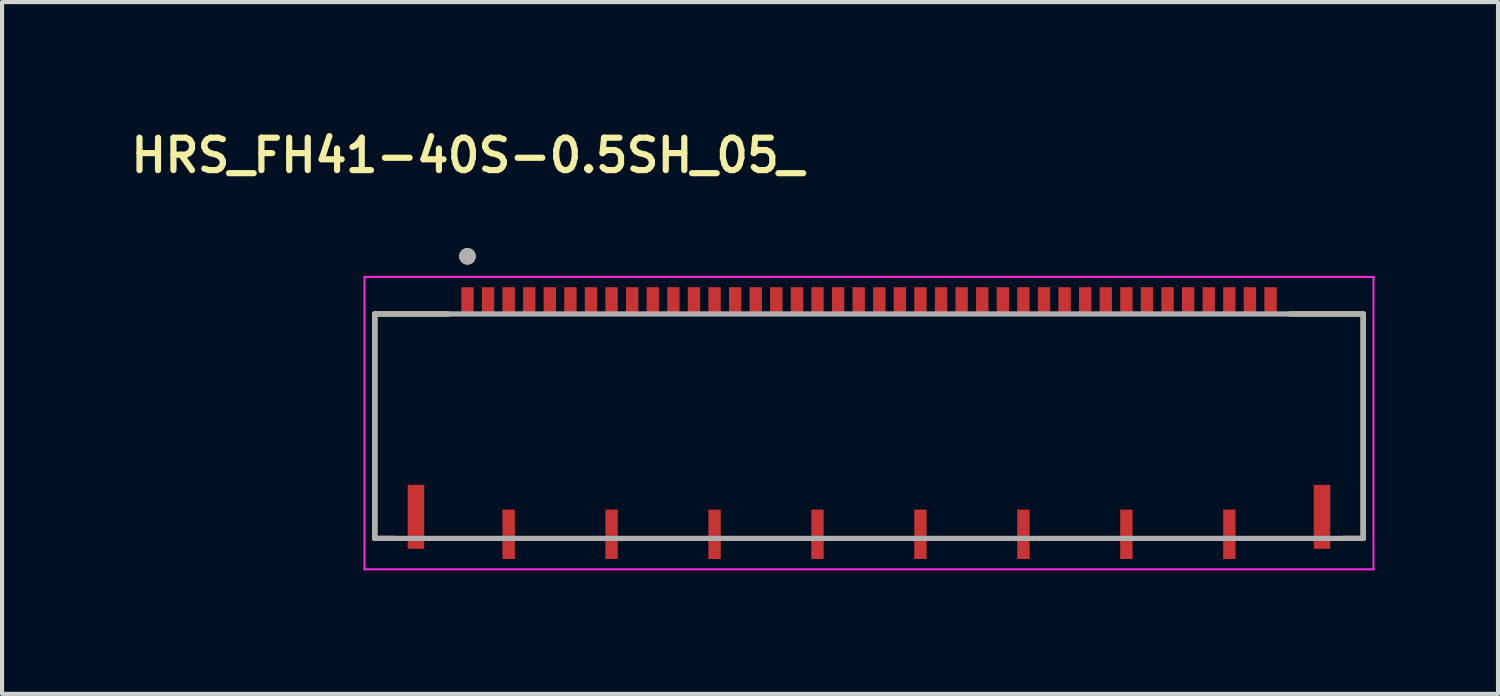
<source format=kicad_pcb>
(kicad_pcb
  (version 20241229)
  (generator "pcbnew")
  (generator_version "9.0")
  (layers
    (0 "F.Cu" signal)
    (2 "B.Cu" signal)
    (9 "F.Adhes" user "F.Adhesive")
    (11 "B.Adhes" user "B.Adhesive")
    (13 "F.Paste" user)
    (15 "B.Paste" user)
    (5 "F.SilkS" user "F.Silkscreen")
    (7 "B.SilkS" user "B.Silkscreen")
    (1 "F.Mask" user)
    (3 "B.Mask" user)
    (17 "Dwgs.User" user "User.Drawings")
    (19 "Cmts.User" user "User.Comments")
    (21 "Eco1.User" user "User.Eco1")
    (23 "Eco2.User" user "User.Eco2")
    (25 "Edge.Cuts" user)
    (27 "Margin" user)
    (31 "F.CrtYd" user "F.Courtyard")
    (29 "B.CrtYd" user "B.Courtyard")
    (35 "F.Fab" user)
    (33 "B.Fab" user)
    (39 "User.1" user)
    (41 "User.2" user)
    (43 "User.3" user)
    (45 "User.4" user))
  (footprint "HRS_FH41-40S-0.5SH_05_"
    (layer "F.Cu")
    (at 18.051 7.224)
    (property "Reference" "HRS_FH41-40S-0.5SH_05_" (at -9.75 -6.5 0) (layer "F.SilkS") (effects (font (size 0.787 0.787) (thickness 0.15))))
    (attr smd)
    (fp_poly (pts (xy -9.95 -3.35) (xy -9.55 -3.35) (xy -9.55 -2.6) (xy -9.95 -2.6)) (stroke (width 0.01) (type solid)) (fill yes) (layer "F.Mask"))
    (fp_poly (pts (xy -9.45 -3.35) (xy -9.05 -3.35) (xy -9.05 -2.6) (xy -9.45 -2.6)) (stroke (width 0.01) (type solid)) (fill yes) (layer "F.Mask"))
    (fp_poly (pts (xy -8.95 -3.35) (xy -8.55 -3.35) (xy -8.55 -2.6) (xy -8.95 -2.6)) (stroke (width 0.01) (type solid)) (fill yes) (layer "F.Mask"))
    (fp_poly (pts (xy -8.45 -3.35) (xy -8.05 -3.35) (xy -8.05 -2.6) (xy -8.45 -2.6)) (stroke (width 0.01) (type solid)) (fill yes) (layer "F.Mask"))
    (fp_poly (pts (xy -7.95 -3.35) (xy -7.55 -3.35) (xy -7.55 -2.6) (xy -7.95 -2.6)) (stroke (width 0.01) (type solid)) (fill yes) (layer "F.Mask"))
    (fp_poly (pts (xy -7.45 -3.35) (xy -7.05 -3.35) (xy -7.05 -2.6) (xy -7.45 -2.6)) (stroke (width 0.01) (type solid)) (fill yes) (layer "F.Mask"))
    (fp_poly (pts (xy -6.95 -3.35) (xy -6.55 -3.35) (xy -6.55 -2.6) (xy -6.95 -2.6)) (stroke (width 0.01) (type solid)) (fill yes) (layer "F.Mask"))
    (fp_poly (pts (xy -6.45 -3.35) (xy -6.05 -3.35) (xy -6.05 -2.6) (xy -6.45 -2.6)) (stroke (width 0.01) (type solid)) (fill yes) (layer "F.Mask"))
    (fp_poly (pts (xy -5.95 -3.35) (xy -5.55 -3.35) (xy -5.55 -2.6) (xy -5.95 -2.6)) (stroke (width 0.01) (type solid)) (fill yes) (layer "F.Mask"))
    (fp_poly (pts (xy -5.45 -3.35) (xy -5.05 -3.35) (xy -5.05 -2.6) (xy -5.45 -2.6)) (stroke (width 0.01) (type solid)) (fill yes) (layer "F.Mask"))
    (fp_poly (pts (xy -4.95 -3.35) (xy -4.55 -3.35) (xy -4.55 -2.6) (xy -4.95 -2.6)) (stroke (width 0.01) (type solid)) (fill yes) (layer "F.Mask"))
    (fp_poly (pts (xy -4.45 -3.35) (xy -4.05 -3.35) (xy -4.05 -2.6) (xy -4.45 -2.6)) (stroke (width 0.01) (type solid)) (fill yes) (layer "F.Mask"))
    (fp_poly (pts (xy -3.95 -3.35) (xy -3.55 -3.35) (xy -3.55 -2.6) (xy -3.95 -2.6)) (stroke (width 0.01) (type solid)) (fill yes) (layer "F.Mask"))
    (fp_poly (pts (xy -3.45 -3.35) (xy -3.05 -3.35) (xy -3.05 -2.6) (xy -3.45 -2.6)) (stroke (width 0.01) (type solid)) (fill yes) (layer "F.Mask"))
    (fp_poly (pts (xy -2.95 -3.35) (xy -2.55 -3.35) (xy -2.55 -2.6) (xy -2.95 -2.6)) (stroke (width 0.01) (type solid)) (fill yes) (layer "F.Mask"))
    (fp_poly (pts (xy -2.45 -3.35) (xy -2.05 -3.35) (xy -2.05 -2.6) (xy -2.45 -2.6)) (stroke (width 0.01) (type solid)) (fill yes) (layer "F.Mask"))
    (fp_poly (pts (xy -1.95 -3.35) (xy -1.55 -3.35) (xy -1.55 -2.6) (xy -1.95 -2.6)) (stroke (width 0.01) (type solid)) (fill yes) (layer "F.Mask"))
    (fp_poly (pts (xy -1.45 -3.35) (xy -1.05 -3.35) (xy -1.05 -2.6) (xy -1.45 -2.6)) (stroke (width 0.01) (type solid)) (fill yes) (layer "F.Mask"))
    (fp_poly (pts (xy -0.95 -3.35) (xy -0.55 -3.35) (xy -0.55 -2.6) (xy -0.95 -2.6)) (stroke (width 0.01) (type solid)) (fill yes) (layer "F.Mask"))
    (fp_poly (pts (xy -0.45 -3.35) (xy -0.05 -3.35) (xy -0.05 -2.6) (xy -0.45 -2.6)) (stroke (width 0.01) (type solid)) (fill yes) (layer "F.Mask"))
    (fp_poly (pts (xy 0.05 -3.35) (xy 0.45 -3.35) (xy 0.45 -2.6) (xy 0.05 -2.6)) (stroke (width 0.01) (type solid)) (fill yes) (layer "F.Mask"))
    (fp_poly (pts (xy 0.55 -3.35) (xy 0.95 -3.35) (xy 0.95 -2.6) (xy 0.55 -2.6)) (stroke (width 0.01) (type solid)) (fill yes) (layer "F.Mask"))
    (fp_poly (pts (xy 1.05 -3.35) (xy 1.45 -3.35) (xy 1.45 -2.6) (xy 1.05 -2.6)) (stroke (width 0.01) (type solid)) (fill yes) (layer "F.Mask"))
    (fp_poly (pts (xy 1.55 -3.35) (xy 1.95 -3.35) (xy 1.95 -2.6) (xy 1.55 -2.6)) (stroke (width 0.01) (type solid)) (fill yes) (layer "F.Mask"))
    (fp_poly (pts (xy 2.05 -3.35) (xy 2.45 -3.35) (xy 2.45 -2.6) (xy 2.05 -2.6)) (stroke (width 0.01) (type solid)) (fill yes) (layer "F.Mask"))
    (fp_poly (pts (xy 2.55 -3.35) (xy 2.95 -3.35) (xy 2.95 -2.6) (xy 2.55 -2.6)) (stroke (width 0.01) (type solid)) (fill yes) (layer "F.Mask"))
    (fp_poly (pts (xy 3.05 -3.35) (xy 3.45 -3.35) (xy 3.45 -2.6) (xy 3.05 -2.6)) (stroke (width 0.01) (type solid)) (fill yes) (layer "F.Mask"))
    (fp_poly (pts (xy 3.55 -3.35) (xy 3.95 -3.35) (xy 3.95 -2.6) (xy 3.55 -2.6)) (stroke (width 0.01) (type solid)) (fill yes) (layer "F.Mask"))
    (fp_poly (pts (xy 4.05 -3.35) (xy 4.45 -3.35) (xy 4.45 -2.6) (xy 4.05 -2.6)) (stroke (width 0.01) (type solid)) (fill yes) (layer "F.Mask"))
    (fp_poly (pts (xy 4.55 -3.35) (xy 4.95 -3.35) (xy 4.95 -2.6) (xy 4.55 -2.6)) (stroke (width 0.01) (type solid)) (fill yes) (layer "F.Mask"))
    (fp_poly (pts (xy 5.05 -3.35) (xy 5.45 -3.35) (xy 5.45 -2.6) (xy 5.05 -2.6)) (stroke (width 0.01) (type solid)) (fill yes) (layer "F.Mask"))
    (fp_poly (pts (xy 5.55 -3.35) (xy 5.95 -3.35) (xy 5.95 -2.6) (xy 5.55 -2.6)) (stroke (width 0.01) (type solid)) (fill yes) (layer "F.Mask"))
    (fp_poly (pts (xy 6.05 -3.35) (xy 6.45 -3.35) (xy 6.45 -2.6) (xy 6.05 -2.6)) (stroke (width 0.01) (type solid)) (fill yes) (layer "F.Mask"))
    (fp_poly (pts (xy 6.55 -3.35) (xy 6.95 -3.35) (xy 6.95 -2.6) (xy 6.55 -2.6)) (stroke (width 0.01) (type solid)) (fill yes) (layer "F.Mask"))
    (fp_poly (pts (xy 7.05 -3.35) (xy 7.45 -3.35) (xy 7.45 -2.6) (xy 7.05 -2.6)) (stroke (width 0.01) (type solid)) (fill yes) (layer "F.Mask"))
    (fp_poly (pts (xy 7.55 -3.35) (xy 7.95 -3.35) (xy 7.95 -2.6) (xy 7.55 -2.6)) (stroke (width 0.01) (type solid)) (fill yes) (layer "F.Mask"))
    (fp_poly (pts (xy 8.05 -3.35) (xy 8.45 -3.35) (xy 8.45 -2.6) (xy 8.05 -2.6)) (stroke (width 0.01) (type solid)) (fill yes) (layer "F.Mask"))
    (fp_poly (pts (xy 8.55 -3.35) (xy 8.95 -3.35) (xy 8.95 -2.6) (xy 8.55 -2.6)) (stroke (width 0.01) (type solid)) (fill yes) (layer "F.Mask"))
    (fp_poly (pts (xy 9.05 -3.35) (xy 9.45 -3.35) (xy 9.45 -2.6) (xy 9.05 -2.6)) (stroke (width 0.01) (type solid)) (fill yes) (layer "F.Mask"))
    (fp_poly (pts (xy 9.55 -3.35) (xy 9.95 -3.35) (xy 9.95 -2.6) (xy 9.55 -2.6)) (stroke (width 0.01) (type solid)) (fill yes) (layer "F.Mask"))
    (fp_line (start -12 -2.65) (end -12 2.8) (stroke (width 0.127) (type solid)) (layer "F.SilkS"))
    (fp_line (start -12 2.8) (end -11.52 2.8) (stroke (width 0.127) (type solid)) (layer "F.SilkS"))
    (fp_line (start -10.22 -2.65) (end -12 -2.65) (stroke (width 0.127) (type solid)) (layer "F.SilkS"))
    (fp_line (start 11.52 2.8) (end 12 2.8) (stroke (width 0.127) (type solid)) (layer "F.SilkS"))
    (fp_line (start 12 -2.65) (end 10.22 -2.65) (stroke (width 0.127) (type solid)) (layer "F.SilkS"))
    (fp_line (start 12 2.8) (end 12 -2.65) (stroke (width 0.127) (type solid)) (layer "F.SilkS"))
    (fp_circle (center -9.75 -4.05) (end -9.65 -4.05) (stroke (width 0.2) (type solid)) (fill no) (layer "F.SilkS"))
    (fp_poly (pts (xy -9.875 -3.3) (xy -9.625 -3.3) (xy -9.625 -2.65) (xy -9.875 -2.65)) (stroke (width 0.01) (type solid)) (fill yes) (layer "F.Paste"))
    (fp_poly (pts (xy -9.375 -3.3) (xy -9.125 -3.3) (xy -9.125 -2.65) (xy -9.375 -2.65)) (stroke (width 0.01) (type solid)) (fill yes) (layer "F.Paste"))
    (fp_poly (pts (xy -8.875 -3.3) (xy -8.625 -3.3) (xy -8.625 -2.65) (xy -8.875 -2.65)) (stroke (width 0.01) (type solid)) (fill yes) (layer "F.Paste"))
    (fp_poly (pts (xy -8.85 2.3) (xy -8.65 2.3) (xy -8.65 3.3) (xy -8.85 3.3)) (stroke (width 0.01) (type solid)) (fill yes) (layer "F.Paste"))
    (fp_poly (pts (xy -8.375 -3.3) (xy -8.125 -3.3) (xy -8.125 -2.65) (xy -8.375 -2.65)) (stroke (width 0.01) (type solid)) (fill yes) (layer "F.Paste"))
    (fp_poly (pts (xy -7.875 -3.3) (xy -7.625 -3.3) (xy -7.625 -2.65) (xy -7.875 -2.65)) (stroke (width 0.01) (type solid)) (fill yes) (layer "F.Paste"))
    (fp_poly (pts (xy -7.375 -3.3) (xy -7.125 -3.3) (xy -7.125 -2.65) (xy -7.375 -2.65)) (stroke (width 0.01) (type solid)) (fill yes) (layer "F.Paste"))
    (fp_poly (pts (xy -6.875 -3.3) (xy -6.625 -3.3) (xy -6.625 -2.65) (xy -6.875 -2.65)) (stroke (width 0.01) (type solid)) (fill yes) (layer "F.Paste"))
    (fp_poly (pts (xy -6.375 -3.3) (xy -6.125 -3.3) (xy -6.125 -2.65) (xy -6.375 -2.65)) (stroke (width 0.01) (type solid)) (fill yes) (layer "F.Paste"))
    (fp_poly (pts (xy -6.35 2.3) (xy -6.15 2.3) (xy -6.15 3.3) (xy -6.35 3.3)) (stroke (width 0.01) (type solid)) (fill yes) (layer "F.Paste"))
    (fp_poly (pts (xy -5.875 -3.3) (xy -5.625 -3.3) (xy -5.625 -2.65) (xy -5.875 -2.65)) (stroke (width 0.01) (type solid)) (fill yes) (layer "F.Paste"))
    (fp_poly (pts (xy -5.375 -3.3) (xy -5.125 -3.3) (xy -5.125 -2.65) (xy -5.375 -2.65)) (stroke (width 0.01) (type solid)) (fill yes) (layer "F.Paste"))
    (fp_poly (pts (xy -4.875 -3.3) (xy -4.625 -3.3) (xy -4.625 -2.65) (xy -4.875 -2.65)) (stroke (width 0.01) (type solid)) (fill yes) (layer "F.Paste"))
    (fp_poly (pts (xy -4.375 -3.3) (xy -4.125 -3.3) (xy -4.125 -2.65) (xy -4.375 -2.65)) (stroke (width 0.01) (type solid)) (fill yes) (layer "F.Paste"))
    (fp_poly (pts (xy -3.875 -3.3) (xy -3.625 -3.3) (xy -3.625 -2.65) (xy -3.875 -2.65)) (stroke (width 0.01) (type solid)) (fill yes) (layer "F.Paste"))
    (fp_poly (pts (xy -3.85 2.3) (xy -3.65 2.3) (xy -3.65 3.3) (xy -3.85 3.3)) (stroke (width 0.01) (type solid)) (fill yes) (layer "F.Paste"))
    (fp_poly (pts (xy -3.375 -3.3) (xy -3.125 -3.3) (xy -3.125 -2.65) (xy -3.375 -2.65)) (stroke (width 0.01) (type solid)) (fill yes) (layer "F.Paste"))
    (fp_poly (pts (xy -2.875 -3.3) (xy -2.625 -3.3) (xy -2.625 -2.65) (xy -2.875 -2.65)) (stroke (width 0.01) (type solid)) (fill yes) (layer "F.Paste"))
    (fp_poly (pts (xy -2.375 -3.3) (xy -2.125 -3.3) (xy -2.125 -2.65) (xy -2.375 -2.65)) (stroke (width 0.01) (type solid)) (fill yes) (layer "F.Paste"))
    (fp_poly (pts (xy -1.875 -3.3) (xy -1.625 -3.3) (xy -1.625 -2.65) (xy -1.875 -2.65)) (stroke (width 0.01) (type solid)) (fill yes) (layer "F.Paste"))
    (fp_poly (pts (xy -1.375 -3.3) (xy -1.125 -3.3) (xy -1.125 -2.65) (xy -1.375 -2.65)) (stroke (width 0.01) (type solid)) (fill yes) (layer "F.Paste"))
    (fp_poly (pts (xy -1.35 2.3) (xy -1.15 2.3) (xy -1.15 3.3) (xy -1.35 3.3)) (stroke (width 0.01) (type solid)) (fill yes) (layer "F.Paste"))
    (fp_poly (pts (xy -0.875 -3.3) (xy -0.625 -3.3) (xy -0.625 -2.65) (xy -0.875 -2.65)) (stroke (width 0.01) (type solid)) (fill yes) (layer "F.Paste"))
    (fp_poly (pts (xy -0.375 -3.3) (xy -0.125 -3.3) (xy -0.125 -2.65) (xy -0.375 -2.65)) (stroke (width 0.01) (type solid)) (fill yes) (layer "F.Paste"))
    (fp_poly (pts (xy 0.125 -3.3) (xy 0.375 -3.3) (xy 0.375 -2.65) (xy 0.125 -2.65)) (stroke (width 0.01) (type solid)) (fill yes) (layer "F.Paste"))
    (fp_poly (pts (xy 0.625 -3.3) (xy 0.875 -3.3) (xy 0.875 -2.65) (xy 0.625 -2.65)) (stroke (width 0.01) (type solid)) (fill yes) (layer "F.Paste"))
    (fp_poly (pts (xy 1.125 -3.3) (xy 1.375 -3.3) (xy 1.375 -2.65) (xy 1.125 -2.65)) (stroke (width 0.01) (type solid)) (fill yes) (layer "F.Paste"))
    (fp_poly (pts (xy 1.15 2.3) (xy 1.35 2.3) (xy 1.35 3.3) (xy 1.15 3.3)) (stroke (width 0.01) (type solid)) (fill yes) (layer "F.Paste"))
    (fp_poly (pts (xy 1.625 -3.3) (xy 1.875 -3.3) (xy 1.875 -2.65) (xy 1.625 -2.65)) (stroke (width 0.01) (type solid)) (fill yes) (layer "F.Paste"))
    (fp_poly (pts (xy 2.125 -3.3) (xy 2.375 -3.3) (xy 2.375 -2.65) (xy 2.125 -2.65)) (stroke (width 0.01) (type solid)) (fill yes) (layer "F.Paste"))
    (fp_poly (pts (xy 2.625 -3.3) (xy 2.875 -3.3) (xy 2.875 -2.65) (xy 2.625 -2.65)) (stroke (width 0.01) (type solid)) (fill yes) (layer "F.Paste"))
    (fp_poly (pts (xy 3.125 -3.3) (xy 3.375 -3.3) (xy 3.375 -2.65) (xy 3.125 -2.65)) (stroke (width 0.01) (type solid)) (fill yes) (layer "F.Paste"))
    (fp_poly (pts (xy 3.625 -3.3) (xy 3.875 -3.3) (xy 3.875 -2.65) (xy 3.625 -2.65)) (stroke (width 0.01) (type solid)) (fill yes) (layer "F.Paste"))
    (fp_poly (pts (xy 3.65 2.3) (xy 3.85 2.3) (xy 3.85 3.3) (xy 3.65 3.3)) (stroke (width 0.01) (type solid)) (fill yes) (layer "F.Paste"))
    (fp_poly (pts (xy 4.125 -3.3) (xy 4.375 -3.3) (xy 4.375 -2.65) (xy 4.125 -2.65)) (stroke (width 0.01) (type solid)) (fill yes) (layer "F.Paste"))
    (fp_poly (pts (xy 4.625 -3.3) (xy 4.875 -3.3) (xy 4.875 -2.65) (xy 4.625 -2.65)) (stroke (width 0.01) (type solid)) (fill yes) (layer "F.Paste"))
    (fp_poly (pts (xy 5.125 -3.3) (xy 5.375 -3.3) (xy 5.375 -2.65) (xy 5.125 -2.65)) (stroke (width 0.01) (type solid)) (fill yes) (layer "F.Paste"))
    (fp_poly (pts (xy 5.625 -3.3) (xy 5.875 -3.3) (xy 5.875 -2.65) (xy 5.625 -2.65)) (stroke (width 0.01) (type solid)) (fill yes) (layer "F.Paste"))
    (fp_poly (pts (xy 6.125 -3.3) (xy 6.375 -3.3) (xy 6.375 -2.65) (xy 6.125 -2.65)) (stroke (width 0.01) (type solid)) (fill yes) (layer "F.Paste"))
    (fp_poly (pts (xy 6.15 2.3) (xy 6.35 2.3) (xy 6.35 3.3) (xy 6.15 3.3)) (stroke (width 0.01) (type solid)) (fill yes) (layer "F.Paste"))
    (fp_poly (pts (xy 6.625 -3.3) (xy 6.875 -3.3) (xy 6.875 -2.65) (xy 6.625 -2.65)) (stroke (width 0.01) (type solid)) (fill yes) (layer "F.Paste"))
    (fp_poly (pts (xy 7.125 -3.3) (xy 7.375 -3.3) (xy 7.375 -2.65) (xy 7.125 -2.65)) (stroke (width 0.01) (type solid)) (fill yes) (layer "F.Paste"))
    (fp_poly (pts (xy 7.625 -3.3) (xy 7.875 -3.3) (xy 7.875 -2.65) (xy 7.625 -2.65)) (stroke (width 0.01) (type solid)) (fill yes) (layer "F.Paste"))
    (fp_poly (pts (xy 8.125 -3.3) (xy 8.375 -3.3) (xy 8.375 -2.65) (xy 8.125 -2.65)) (stroke (width 0.01) (type solid)) (fill yes) (layer "F.Paste"))
    (fp_poly (pts (xy 8.625 -3.3) (xy 8.875 -3.3) (xy 8.875 -2.65) (xy 8.625 -2.65)) (stroke (width 0.01) (type solid)) (fill yes) (layer "F.Paste"))
    (fp_poly (pts (xy 8.65 2.3) (xy 8.85 2.3) (xy 8.85 3.3) (xy 8.65 3.3)) (stroke (width 0.01) (type solid)) (fill yes) (layer "F.Paste"))
    (fp_poly (pts (xy 9.125 -3.3) (xy 9.375 -3.3) (xy 9.375 -2.65) (xy 9.125 -2.65)) (stroke (width 0.01) (type solid)) (fill yes) (layer "F.Paste"))
    (fp_poly (pts (xy 9.625 -3.3) (xy 9.875 -3.3) (xy 9.875 -2.65) (xy 9.625 -2.65)) (stroke (width 0.01) (type solid)) (fill yes) (layer "F.Paste"))
    (fp_line (start -12.25 -3.55) (end -12.25 3.55) (stroke (width 0.05) (type solid)) (layer "F.CrtYd"))
    (fp_line (start -12.25 3.55) (end 12.25 3.55) (stroke (width 0.05) (type solid)) (layer "F.CrtYd"))
    (fp_line (start 12.25 -3.55) (end -12.25 -3.55) (stroke (width 0.05) (type solid)) (layer "F.CrtYd"))
    (fp_line (start 12.25 3.55) (end 12.25 -3.55) (stroke (width 0.05) (type solid)) (layer "F.CrtYd"))
    (fp_line (start -12 -2.65) (end -12 2.8) (stroke (width 0.127) (type solid)) (layer "F.Fab"))
    (fp_line (start -12 2.8) (end 12 2.8) (stroke (width 0.127) (type solid)) (layer "F.Fab"))
    (fp_line (start 12 -2.65) (end -12 -2.65) (stroke (width 0.127) (type solid)) (layer "F.Fab"))
    (fp_line (start 12 2.8) (end 12 -2.65) (stroke (width 0.127) (type solid)) (layer "F.Fab"))
    (fp_circle (center -9.75 -4.05) (end -9.65 -4.05) (stroke (width 0.2) (type solid)) (fill no) (layer "F.Fab"))
    (pad "1" smd rect (at -9.75 -2.975) (size 0.3 0.65) (layers "F.Cu"))
    (pad "2" smd rect (at -9.25 -2.975) (size 0.3 0.65) (layers "F.Cu"))
    (pad "3" smd rect (at -8.75 -2.975) (size 0.3 0.65) (layers "F.Cu"))
    (pad "4" smd rect (at -8.25 -2.975) (size 0.3 0.65) (layers "F.Cu"))
    (pad "5" smd rect (at -7.75 -2.975) (size 0.3 0.65) (layers "F.Cu"))
    (pad "6" smd rect (at -7.25 -2.975) (size 0.3 0.65) (layers "F.Cu"))
    (pad "7" smd rect (at -6.75 -2.975) (size 0.3 0.65) (layers "F.Cu"))
    (pad "8" smd rect (at -6.25 -2.975) (size 0.3 0.65) (layers "F.Cu"))
    (pad "9" smd rect (at -5.75 -2.975) (size 0.3 0.65) (layers "F.Cu"))
    (pad "10" smd rect (at -5.25 -2.975) (size 0.3 0.65) (layers "F.Cu"))
    (pad "11" smd rect (at -4.75 -2.975) (size 0.3 0.65) (layers "F.Cu"))
    (pad "12" smd rect (at -4.25 -2.975) (size 0.3 0.65) (layers "F.Cu"))
    (pad "13" smd rect (at -3.75 -2.975) (size 0.3 0.65) (layers "F.Cu"))
    (pad "14" smd rect (at -3.25 -2.975) (size 0.3 0.65) (layers "F.Cu"))
    (pad "15" smd rect (at -2.75 -2.975) (size 0.3 0.65) (layers "F.Cu"))
    (pad "16" smd rect (at -2.25 -2.975) (size 0.3 0.65) (layers "F.Cu"))
    (pad "17" smd rect (at -1.75 -2.975) (size 0.3 0.65) (layers "F.Cu"))
    (pad "18" smd rect (at -1.25 -2.975) (size 0.3 0.65) (layers "F.Cu"))
    (pad "19" smd rect (at -0.75 -2.975) (size 0.3 0.65) (layers "F.Cu"))
    (pad "20" smd rect (at -0.25 -2.975) (size 0.3 0.65) (layers "F.Cu"))
    (pad "21" smd rect (at 0.25 -2.975) (size 0.3 0.65) (layers "F.Cu"))
    (pad "22" smd rect (at 0.75 -2.975) (size 0.3 0.65) (layers "F.Cu"))
    (pad "23" smd rect (at 1.25 -2.975) (size 0.3 0.65) (layers "F.Cu"))
    (pad "24" smd rect (at 1.75 -2.975) (size 0.3 0.65) (layers "F.Cu"))
    (pad "25" smd rect (at 2.25 -2.975) (size 0.3 0.65) (layers "F.Cu"))
    (pad "26" smd rect (at 2.75 -2.975) (size 0.3 0.65) (layers "F.Cu"))
    (pad "27" smd rect (at 3.25 -2.975) (size 0.3 0.65) (layers "F.Cu"))
    (pad "28" smd rect (at 3.75 -2.975) (size 0.3 0.65) (layers "F.Cu"))
    (pad "29" smd rect (at 4.25 -2.975) (size 0.3 0.65) (layers "F.Cu"))
    (pad "30" smd rect (at 4.75 -2.975) (size 0.3 0.65) (layers "F.Cu"))
    (pad "31" smd rect (at 5.25 -2.975) (size 0.3 0.65) (layers "F.Cu"))
    (pad "32" smd rect (at 5.75 -2.975) (size 0.3 0.65) (layers "F.Cu"))
    (pad "33" smd rect (at 6.25 -2.975) (size 0.3 0.65) (layers "F.Cu"))
    (pad "34" smd rect (at 6.75 -2.975) (size 0.3 0.65) (layers "F.Cu"))
    (pad "35" smd rect (at 7.25 -2.975) (size 0.3 0.65) (layers "F.Cu"))
    (pad "36" smd rect (at 7.75 -2.975) (size 0.3 0.65) (layers "F.Cu"))
    (pad "37" smd rect (at 8.25 -2.975) (size 0.3 0.65) (layers "F.Cu"))
    (pad "38" smd rect (at 8.75 -2.975) (size 0.3 0.65) (layers "F.Cu"))
    (pad "39" smd rect (at 9.25 -2.975) (size 0.3 0.65) (layers "F.Cu"))
    (pad "40" smd rect (at 9.75 -2.975) (size 0.3 0.65) (layers "F.Cu"))
    (pad "41" smd rect (at -8.75 2.7) (size 0.3 1.2) (layers "F.Cu" "F.Mask"))
    (pad "42" smd rect (at -6.25 2.7) (size 0.3 1.2) (layers "F.Cu" "F.Mask"))
    (pad "43" smd rect (at -3.75 2.7) (size 0.3 1.2) (layers "F.Cu" "F.Mask"))
    (pad "44" smd rect (at -1.25 2.7) (size 0.3 1.2) (layers "F.Cu" "F.Mask"))
    (pad "45" smd rect (at 1.25 2.7) (size 0.3 1.2) (layers "F.Cu" "F.Mask"))
    (pad "46" smd rect (at 3.75 2.7) (size 0.3 1.2) (layers "F.Cu" "F.Mask"))
    (pad "47" smd rect (at 6.25 2.7) (size 0.3 1.2) (layers "F.Cu" "F.Mask"))
    (pad "48" smd rect (at 8.75 2.7) (size 0.3 1.2) (layers "F.Cu" "F.Mask"))
    (pad "49" smd rect (at -11 2.275) (size 0.4 1.55) (layers "F.Cu" "F.Mask" "F.Paste"))
    (pad "50" smd rect (at 11 2.275) (size 0.4 1.55) (layers "F.Cu" "F.Mask" "F.Paste")))
  (gr_rect
    (start -3 -3)
    (end 33.326 13.799)
    (stroke (width 0.1) (type default))
    (fill no)
    (layer "Edge.Cuts")))
</source>
